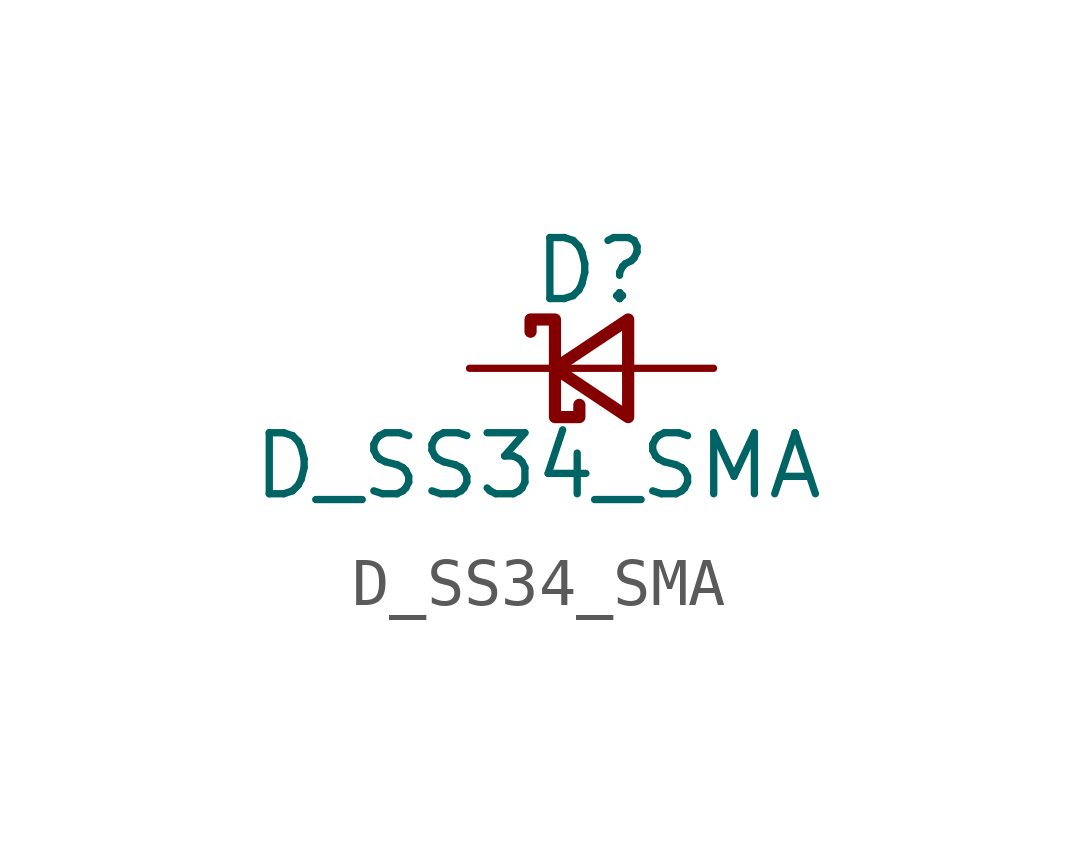
<source format=kicad_sym>
(kicad_symbol_lib
  (version 20211014)
  (generator kicad_symbol_editor)
  (symbol "D_SS34_SMA"
    (pin_numbers hide)
    (pin_names
      (offset 0.254) hide)
    (property "Reference" "D"
      (at -1.27 2.032 0)
      (effects (font (size 1.27 1.27)) (justify left)))
    (property "Value" "D_SS34_SMA"
      (at -7.112 -2.032 0)
      (effects (font (size 1.27 1.27)) (justify left)))
    (symbol "D_SS34_SMA_0_1"
      (polyline (pts (xy -0.762 0) (xy 0.762 0)) (stroke (width 0) (type default) (color 0 0 0 0)) (fill (type none)))
      (polyline (pts (xy 0.762 -1.016) (xy -0.762 0) (xy 0.762 1.016) (xy 0.762 -1.016)) (stroke (width 0.254) (type default) (color 0 0 0 0)) (fill (type none)))
      (polyline (pts (xy -1.27 0.762) (xy -1.27 1.016) (xy -0.762 1.016) (xy -0.762 -1.016) (xy -0.254 -1.016) (xy -0.254 -0.762)) (stroke (width 0.254) (type default) (color 0 0 0 0)) (fill (type none))))
    (symbol "D_SS34_SMA_1_1"
      (pin passive line (at -2.54 0 0) (length 1.778) (name "K" (effects (font (size 1.27 1.27)))) (number "1" (effects (font (size 1.27 1.27)))))
      (pin passive line (at 2.54 0 180) (length 1.778) (name "A" (effects (font (size 1.27 1.27)))) (number "2" (effects (font (size 1.27 1.27))))))))
</source>
